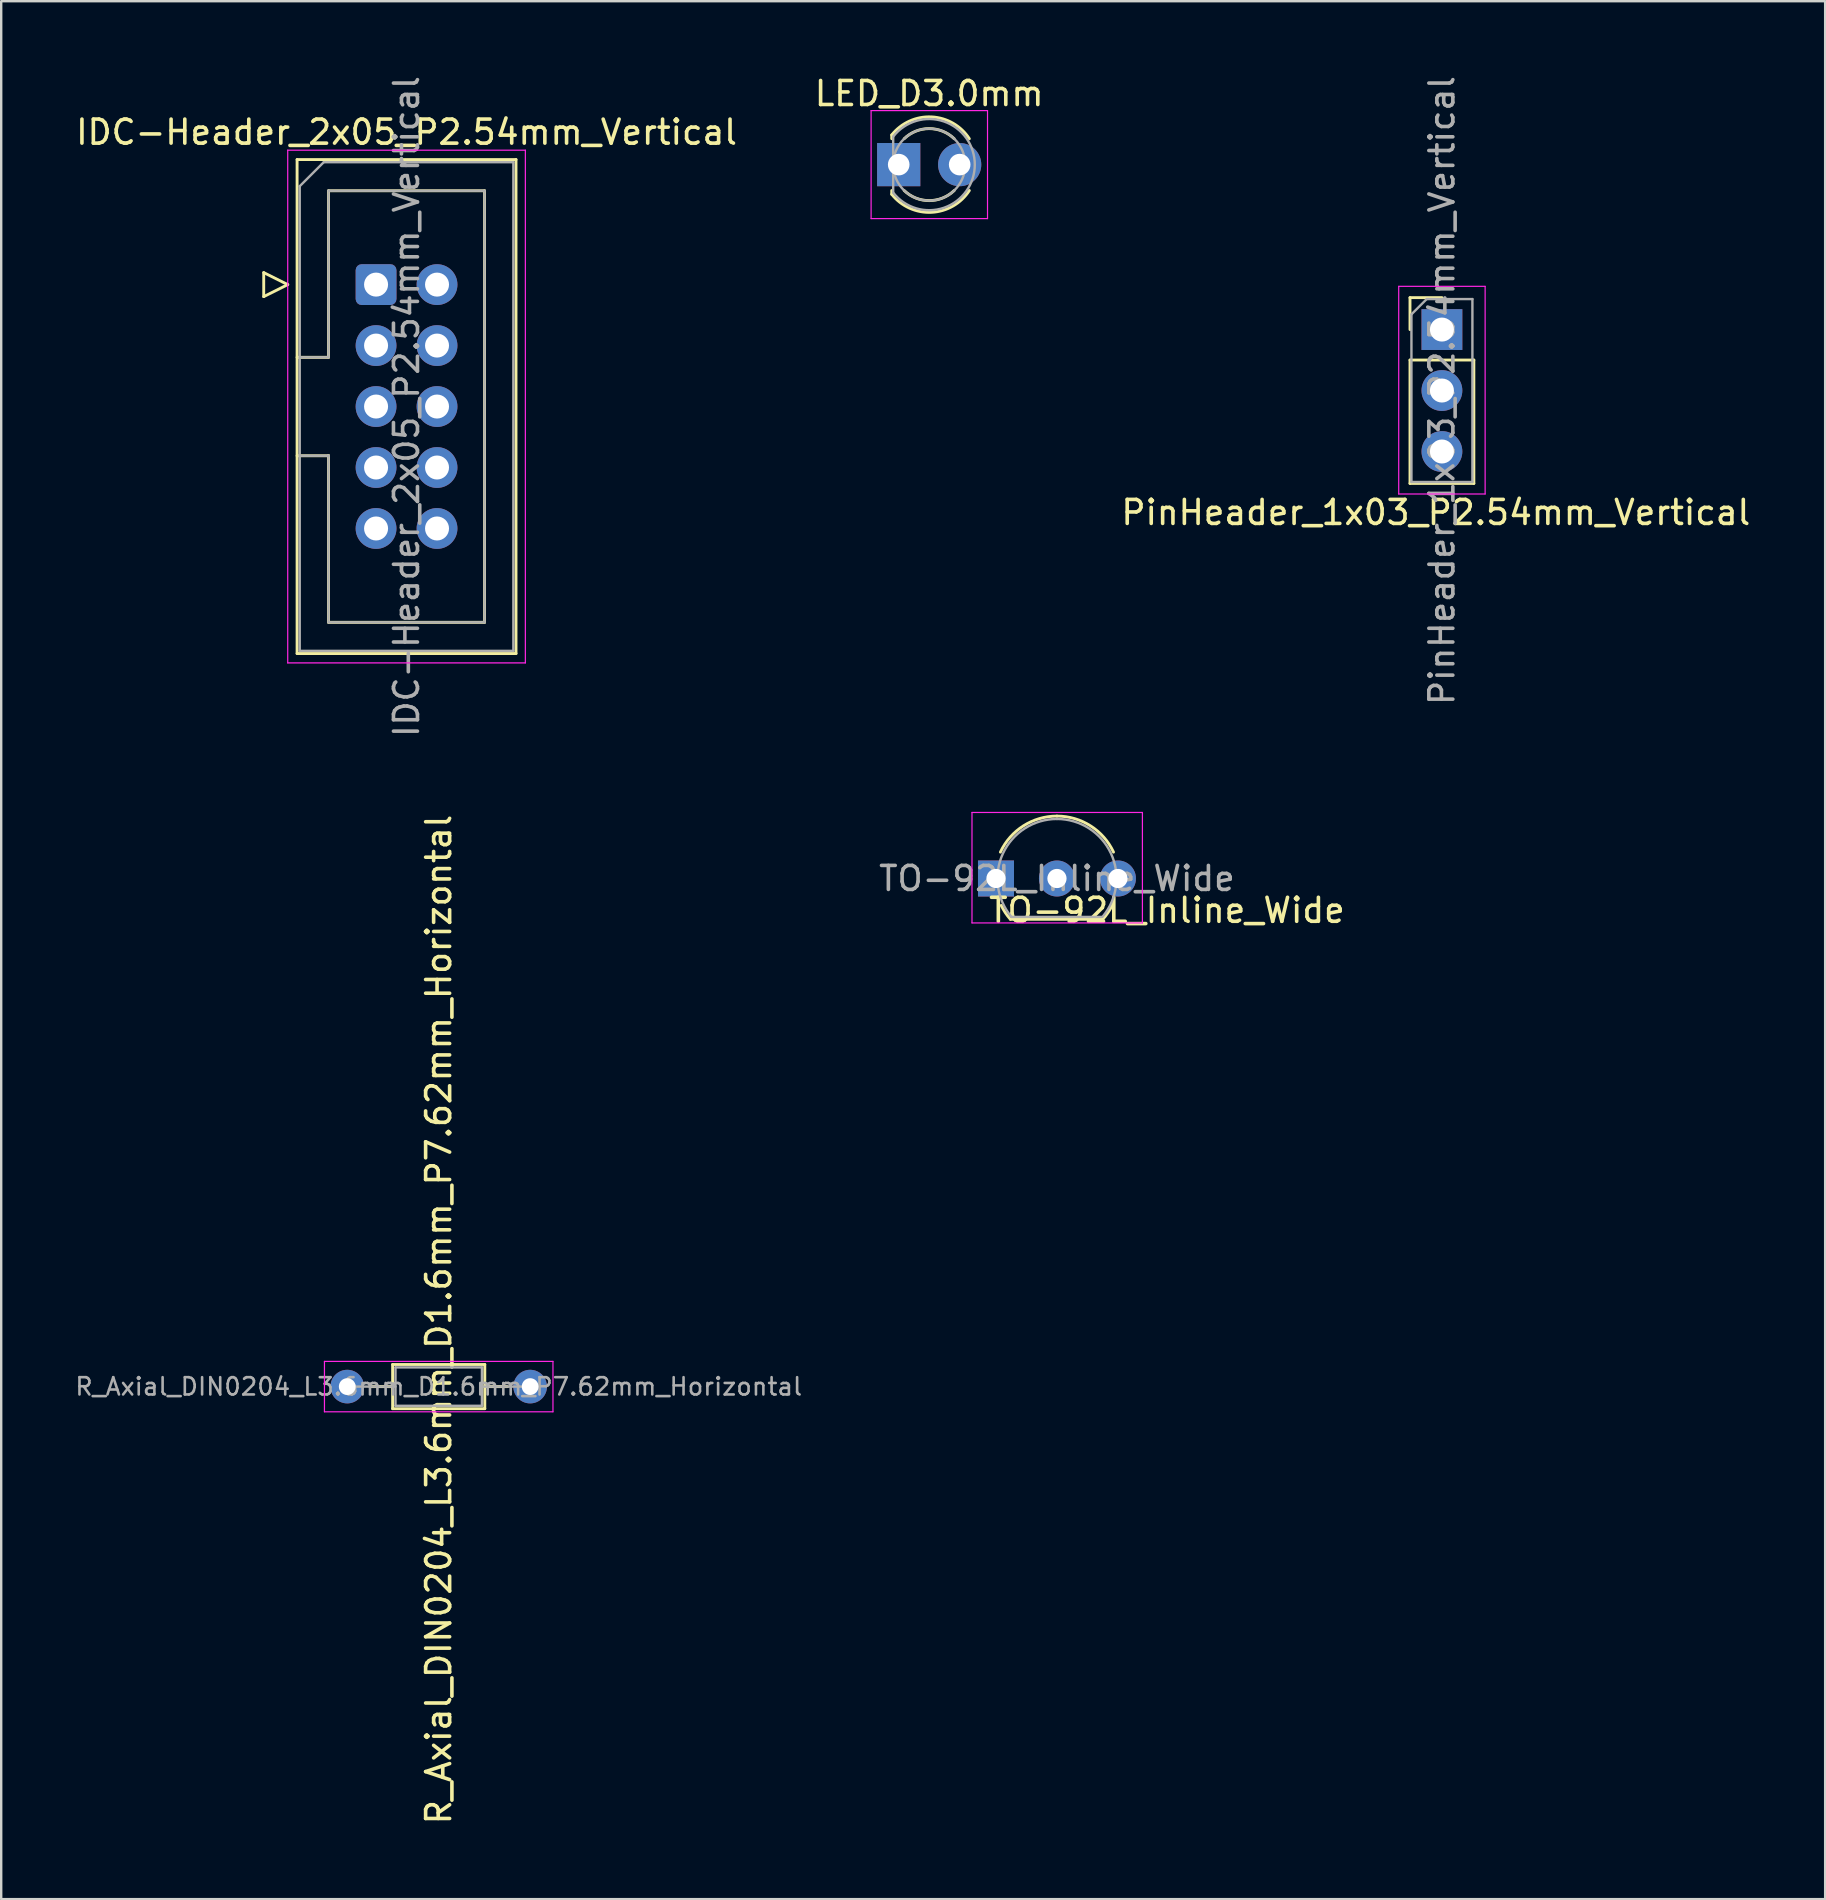
<source format=kicad_pcb>
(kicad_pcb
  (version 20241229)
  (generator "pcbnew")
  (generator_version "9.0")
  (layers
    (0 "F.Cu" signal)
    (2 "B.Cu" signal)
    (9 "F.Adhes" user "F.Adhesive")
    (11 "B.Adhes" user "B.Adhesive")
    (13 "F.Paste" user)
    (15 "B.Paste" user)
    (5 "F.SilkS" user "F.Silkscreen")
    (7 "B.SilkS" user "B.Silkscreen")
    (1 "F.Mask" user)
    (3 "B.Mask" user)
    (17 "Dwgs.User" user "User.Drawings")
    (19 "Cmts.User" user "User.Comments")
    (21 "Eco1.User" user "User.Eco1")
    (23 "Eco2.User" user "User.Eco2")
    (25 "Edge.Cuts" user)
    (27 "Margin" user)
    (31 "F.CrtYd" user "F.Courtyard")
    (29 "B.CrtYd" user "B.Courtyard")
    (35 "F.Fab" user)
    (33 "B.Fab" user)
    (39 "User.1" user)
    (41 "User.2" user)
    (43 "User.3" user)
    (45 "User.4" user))
  (footprint "IDC-Header_2x05_P2.54mm_Vertical"
    (layer "F.Cu")
    (at 12.617 8.807)
    (property "Reference" "IDC-Header_2x05_P2.54mm_Vertical" (at 1.27 -6.35 0) (layer "F.SilkS") (effects (font (size 1 1) (thickness 0.15))))
    (attr through_hole)
    (fp_line (start -4.68 -0.5) (end -4.68 0.5) (stroke (width 0.12) (type solid)) (layer "F.SilkS"))
    (fp_line (start -4.68 0.5) (end -3.68 0) (stroke (width 0.12) (type solid)) (layer "F.SilkS"))
    (fp_line (start -3.68 0) (end -4.68 -0.5) (stroke (width 0.12) (type solid)) (layer "F.SilkS"))
    (fp_line (start -3.29 -5.21) (end 5.83 -5.21) (stroke (width 0.12) (type solid)) (layer "F.SilkS"))
    (fp_line (start -3.29 3.03) (end -1.98 3.03) (stroke (width 0.12) (type solid)) (layer "F.SilkS"))
    (fp_line (start -3.29 15.37) (end -3.29 -5.21) (stroke (width 0.12) (type solid)) (layer "F.SilkS"))
    (fp_line (start -1.98 -3.91) (end 4.52 -3.91) (stroke (width 0.12) (type solid)) (layer "F.SilkS"))
    (fp_line (start -1.98 3.03) (end -1.98 -3.91) (stroke (width 0.12) (type solid)) (layer "F.SilkS"))
    (fp_line (start -1.98 7.13) (end -3.29 7.13) (stroke (width 0.12) (type solid)) (layer "F.SilkS"))
    (fp_line (start -1.98 7.13) (end -1.98 7.13) (stroke (width 0.12) (type solid)) (layer "F.SilkS"))
    (fp_line (start -1.98 14.07) (end -1.98 7.13) (stroke (width 0.12) (type solid)) (layer "F.SilkS"))
    (fp_line (start 4.52 -3.91) (end 4.52 14.07) (stroke (width 0.12) (type solid)) (layer "F.SilkS"))
    (fp_line (start 4.52 14.07) (end -1.98 14.07) (stroke (width 0.12) (type solid)) (layer "F.SilkS"))
    (fp_line (start 5.83 -5.21) (end 5.83 15.37) (stroke (width 0.12) (type solid)) (layer "F.SilkS"))
    (fp_line (start 5.83 15.37) (end -3.29 15.37) (stroke (width 0.12) (type solid)) (layer "F.SilkS"))
    (fp_line (start -3.68 -5.6) (end -3.68 15.76) (stroke (width 0.05) (type solid)) (layer "F.CrtYd"))
    (fp_line (start -3.68 15.76) (end 6.22 15.76) (stroke (width 0.05) (type solid)) (layer "F.CrtYd"))
    (fp_line (start 6.22 -5.6) (end -3.68 -5.6) (stroke (width 0.05) (type solid)) (layer "F.CrtYd"))
    (fp_line (start 6.22 15.76) (end 6.22 -5.6) (stroke (width 0.05) (type solid)) (layer "F.CrtYd"))
    (fp_line (start -3.18 -4.1) (end -2.18 -5.1) (stroke (width 0.1) (type solid)) (layer "F.Fab"))
    (fp_line (start -3.18 3.03) (end -1.98 3.03) (stroke (width 0.1) (type solid)) (layer "F.Fab"))
    (fp_line (start -3.18 15.26) (end -3.18 -4.1) (stroke (width 0.1) (type solid)) (layer "F.Fab"))
    (fp_line (start -2.18 -5.1) (end 5.72 -5.1) (stroke (width 0.1) (type solid)) (layer "F.Fab"))
    (fp_line (start -1.98 -3.91) (end 4.52 -3.91) (stroke (width 0.1) (type solid)) (layer "F.Fab"))
    (fp_line (start -1.98 3.03) (end -1.98 -3.91) (stroke (width 0.1) (type solid)) (layer "F.Fab"))
    (fp_line (start -1.98 7.13) (end -3.18 7.13) (stroke (width 0.1) (type solid)) (layer "F.Fab"))
    (fp_line (start -1.98 7.13) (end -1.98 7.13) (stroke (width 0.1) (type solid)) (layer "F.Fab"))
    (fp_line (start -1.98 14.07) (end -1.98 7.13) (stroke (width 0.1) (type solid)) (layer "F.Fab"))
    (fp_line (start 4.52 -3.91) (end 4.52 14.07) (stroke (width 0.1) (type solid)) (layer "F.Fab"))
    (fp_line (start 4.52 14.07) (end -1.98 14.07) (stroke (width 0.1) (type solid)) (layer "F.Fab"))
    (fp_line (start 5.72 -5.1) (end 5.72 15.26) (stroke (width 0.1) (type solid)) (layer "F.Fab"))
    (fp_line (start 5.72 15.26) (end -3.18 15.26) (stroke (width 0.1) (type solid)) (layer "F.Fab"))
    (fp_text user "${REFERENCE}" (at 1.27 5.08 90) (layer "F.Fab") (effects (font (size 1 1) (thickness 0.15))))
    (pad "1" thru_hole roundrect (at 0 0 180) (size 1.7 1.7) (drill 1) (layers "*.Cu" "*.Mask") (roundrect_rratio 0.147))
    (pad "2" thru_hole circle (at 2.54 0 180) (size 1.7 1.7) (drill 1) (layers "*.Cu" "*.Mask"))
    (pad "3" thru_hole circle (at 0 2.54 180) (size 1.7 1.7) (drill 1) (layers "*.Cu" "*.Mask"))
    (pad "4" thru_hole circle (at 2.54 2.54 180) (size 1.7 1.7) (drill 1) (layers "*.Cu" "*.Mask"))
    (pad "5" thru_hole circle (at 0 5.08 180) (size 1.7 1.7) (drill 1) (layers "*.Cu" "*.Mask"))
    (pad "6" thru_hole circle (at 2.54 5.08 180) (size 1.7 1.7) (drill 1) (layers "*.Cu" "*.Mask"))
    (pad "7" thru_hole circle (at 0 7.62 180) (size 1.7 1.7) (drill 1) (layers "*.Cu" "*.Mask"))
    (pad "8" thru_hole circle (at 2.54 7.62 180) (size 1.7 1.7) (drill 1) (layers "*.Cu" "*.Mask"))
    (pad "9" thru_hole circle (at 0 10.16 180) (size 1.7 1.7) (drill 1) (layers "*.Cu" "*.Mask"))
    (pad "10" thru_hole circle (at 2.54 10.16 180) (size 1.7 1.7) (drill 1) (layers "*.Cu" "*.Mask")))
  (footprint "R_Axial_DIN0204_L3.6mm_D1.6mm_P7.62mm_Horizontal"
    (layer "F.Cu")
    (at 11.417 54.717)
    (property "Reference" "R_Axial_DIN0204_L3.6mm_D1.6mm_P7.62mm_Horizontal" (at 3.81 -2.794 90) (layer "F.SilkS") (effects (font (size 1 1) (thickness 0.15))))
    (attr through_hole)
    (fp_line (start 0.94 0) (end 1.89 0) (stroke (width 0.12) (type solid)) (layer "F.SilkS"))
    (fp_line (start 1.89 -0.92) (end 1.89 0.92) (stroke (width 0.12) (type solid)) (layer "F.SilkS"))
    (fp_line (start 1.89 0.92) (end 5.73 0.92) (stroke (width 0.12) (type solid)) (layer "F.SilkS"))
    (fp_line (start 5.73 -0.92) (end 1.89 -0.92) (stroke (width 0.12) (type solid)) (layer "F.SilkS"))
    (fp_line (start 5.73 0.92) (end 5.73 -0.92) (stroke (width 0.12) (type solid)) (layer "F.SilkS"))
    (fp_line (start 6.68 0) (end 5.73 0) (stroke (width 0.12) (type solid)) (layer "F.SilkS"))
    (fp_line (start -0.95 -1.05) (end -0.95 1.05) (stroke (width 0.05) (type solid)) (layer "F.CrtYd"))
    (fp_line (start -0.95 1.05) (end 8.57 1.05) (stroke (width 0.05) (type solid)) (layer "F.CrtYd"))
    (fp_line (start 8.57 -1.05) (end -0.95 -1.05) (stroke (width 0.05) (type solid)) (layer "F.CrtYd"))
    (fp_line (start 8.57 1.05) (end 8.57 -1.05) (stroke (width 0.05) (type solid)) (layer "F.CrtYd"))
    (fp_line (start 0 0) (end 2.01 0) (stroke (width 0.1) (type solid)) (layer "F.Fab"))
    (fp_line (start 2.01 -0.8) (end 2.01 0.8) (stroke (width 0.1) (type solid)) (layer "F.Fab"))
    (fp_line (start 2.01 0.8) (end 5.61 0.8) (stroke (width 0.1) (type solid)) (layer "F.Fab"))
    (fp_line (start 5.61 -0.8) (end 2.01 -0.8) (stroke (width 0.1) (type solid)) (layer "F.Fab"))
    (fp_line (start 5.61 0.8) (end 5.61 -0.8) (stroke (width 0.1) (type solid)) (layer "F.Fab"))
    (fp_line (start 7.62 0) (end 5.61 0) (stroke (width 0.1) (type solid)) (layer "F.Fab"))
    (fp_text user "${REFERENCE}" (at 3.81 0 0) (layer "F.Fab") (effects (font (size 0.72 0.72) (thickness 0.108))))
    (pad "1" thru_hole circle (at 0 0 180) (size 1.4 1.4) (drill 0.7) (layers "*.Cu" "*.Mask"))
    (pad "2" thru_hole oval (at 7.62 0 180) (size 1.4 1.4) (drill 0.7) (layers "*.Cu" "*.Mask")))
  (footprint "PinHeader_1x03_P2.54mm_Vertical"
    (layer "F.Cu")
    (at 57.022 10.68)
    (property "Reference" "PinHeader_1x03_P2.54mm_Vertical" (at -0.254 7.62 0) (layer "F.SilkS") (effects (font (size 1 1) (thickness 0.15))))
    (attr through_hole)
    (fp_line (start -1.33 -1.33) (end 0 -1.33) (stroke (width 0.12) (type solid)) (layer "F.SilkS"))
    (fp_line (start -1.33 0) (end -1.33 -1.33) (stroke (width 0.12) (type solid)) (layer "F.SilkS"))
    (fp_line (start -1.33 1.27) (end -1.33 6.41) (stroke (width 0.12) (type solid)) (layer "F.SilkS"))
    (fp_line (start -1.33 1.27) (end 1.33 1.27) (stroke (width 0.12) (type solid)) (layer "F.SilkS"))
    (fp_line (start -1.33 6.41) (end 1.33 6.41) (stroke (width 0.12) (type solid)) (layer "F.SilkS"))
    (fp_line (start 1.33 1.27) (end 1.33 6.41) (stroke (width 0.12) (type solid)) (layer "F.SilkS"))
    (fp_line (start -1.8 -1.8) (end -1.8 6.85) (stroke (width 0.05) (type solid)) (layer "F.CrtYd"))
    (fp_line (start -1.8 6.85) (end 1.8 6.85) (stroke (width 0.05) (type solid)) (layer "F.CrtYd"))
    (fp_line (start 1.8 -1.8) (end -1.8 -1.8) (stroke (width 0.05) (type solid)) (layer "F.CrtYd"))
    (fp_line (start 1.8 6.85) (end 1.8 -1.8) (stroke (width 0.05) (type solid)) (layer "F.CrtYd"))
    (fp_line (start -1.27 -0.635) (end -0.635 -1.27) (stroke (width 0.1) (type solid)) (layer "F.Fab"))
    (fp_line (start -1.27 6.35) (end -1.27 -0.635) (stroke (width 0.1) (type solid)) (layer "F.Fab"))
    (fp_line (start -0.635 -1.27) (end 1.27 -1.27) (stroke (width 0.1) (type solid)) (layer "F.Fab"))
    (fp_line (start 1.27 -1.27) (end 1.27 6.35) (stroke (width 0.1) (type solid)) (layer "F.Fab"))
    (fp_line (start 1.27 6.35) (end -1.27 6.35) (stroke (width 0.1) (type solid)) (layer "F.Fab"))
    (fp_text user "${REFERENCE}" (at 0 2.54 90) (layer "F.Fab") (effects (font (size 1 1) (thickness 0.15))))
    (pad "1" thru_hole rect (at 0 0 180) (size 1.7 1.7) (drill 1) (layers "*.Cu" "*.Mask"))
    (pad "2" thru_hole oval (at 0 2.54 180) (size 1.7 1.7) (drill 1) (layers "*.Cu" "*.Mask"))
    (pad "3" thru_hole oval (at 0 5.08 180) (size 1.7 1.7) (drill 1) (layers "*.Cu" "*.Mask")))
  (footprint "LED_D3.0mm"
    (layer "F.Cu")
    (at 34.391 3.808)
    (property "Reference" "LED_D3.0mm" (at 1.27 -2.96 0) (layer "F.SilkS") (effects (font (size 1 1) (thickness 0.15))))
    (attr through_hole)
    (fp_line (start -0.29 -1.236) (end -0.29 -1.08) (stroke (width 0.12) (type solid)) (layer "F.SilkS"))
    (fp_line (start -0.29 1.08) (end -0.29 1.236) (stroke (width 0.12) (type solid)) (layer "F.SilkS"))
    (fp_arc (start -0.29 -1.235516) (mid 1.366487 -1.987659) (end 2.942335 -1.078608) (stroke (width 0.12) (type solid)) (layer "F.SilkS"))
    (fp_arc (start 0.229039 -1.08) (mid 1.270117 -1.5) (end 2.31113 -1.079837) (stroke (width 0.12) (type solid)) (layer "F.SilkS"))
    (fp_arc (start 2.31113 1.079837) (mid 1.270117 1.5) (end 0.229039 1.08) (stroke (width 0.12) (type solid)) (layer "F.SilkS"))
    (fp_arc (start 2.942335 1.078608) (mid 1.366487 1.987659) (end -0.29 1.235516) (stroke (width 0.12) (type solid)) (layer "F.SilkS"))
    (fp_line (start -1.15 -2.25) (end -1.15 2.25) (stroke (width 0.05) (type solid)) (layer "F.CrtYd"))
    (fp_line (start -1.15 2.25) (end 3.7 2.25) (stroke (width 0.05) (type solid)) (layer "F.CrtYd"))
    (fp_line (start 3.7 -2.25) (end -1.15 -2.25) (stroke (width 0.05) (type solid)) (layer "F.CrtYd"))
    (fp_line (start 3.7 2.25) (end 3.7 -2.25) (stroke (width 0.05) (type solid)) (layer "F.CrtYd"))
    (fp_line (start -0.23 -1.166) (end -0.23 1.166) (stroke (width 0.1) (type solid)) (layer "F.Fab"))
    (fp_arc (start -0.23 -1.16619) (mid 3.17 0.000452) (end -0.230555 1.165476) (stroke (width 0.1) (type solid)) (layer "F.Fab"))
    (fp_circle (center 1.27 0) (end 2.77 0) (stroke (width 0.1) (type solid)) (fill no) (layer "F.Fab"))
    (pad "1" thru_hole rect (at 0 0) (size 1.8 1.8) (drill 0.9) (layers "*.Cu" "*.Mask"))
    (pad "2" thru_hole circle (at 2.54 0) (size 1.8 1.8) (drill 0.9) (layers "*.Cu" "*.Mask")))
  (footprint "TO-92L_Inline_Wide"
    (layer "F.Cu")
    (at 38.444 33.549)
    (property "Reference" "TO-92L_Inline_Wide" (at 7.122 1.328 0) (layer "F.SilkS") (effects (font (size 1 1) (thickness 0.15))))
    (attr through_hole)
    (fp_line (start 0.6 1.7) (end 4.45 1.7) (stroke (width 0.12) (type solid)) (layer "F.SilkS"))
    (fp_arc (start 0.1836 -1.098807) (mid 1.143021 -2.192817) (end 2.54 -2.6) (stroke (width 0.12) (type solid)) (layer "F.SilkS"))
    (fp_arc (start 0.6 1.7) (mid 0.389183 1.423933) (end 0.217369 1.122045) (stroke (width 0.12) (type solid)) (layer "F.SilkS"))
    (fp_arc (start 2.54 -2.6) (mid 3.936979 -2.192818) (end 4.8964 -1.098807) (stroke (width 0.12) (type solid)) (layer "F.SilkS"))
    (fp_arc (start 4.842383 1.112264) (mid 4.666594 1.419753) (end 4.45 1.7) (stroke (width 0.12) (type solid)) (layer "F.SilkS"))
    (fp_line (start -1 -2.75) (end -1 1.85) (stroke (width 0.05) (type solid)) (layer "F.CrtYd"))
    (fp_line (start -1 -2.75) (end 6.1 -2.75) (stroke (width 0.05) (type solid)) (layer "F.CrtYd"))
    (fp_line (start 6.1 1.85) (end -1 1.85) (stroke (width 0.05) (type solid)) (layer "F.CrtYd"))
    (fp_line (start 6.1 1.85) (end 6.1 -2.75) (stroke (width 0.05) (type solid)) (layer "F.CrtYd"))
    (fp_line (start 0.65 1.6) (end 4.4 1.6) (stroke (width 0.1) (type solid)) (layer "F.Fab"))
    (fp_arc (start 0.647182 1.602385) (mid 0.290076 -1.043188) (end 2.54 -2.48) (stroke (width 0.1) (type solid)) (layer "F.Fab"))
    (fp_arc (start 2.54 -2.48) (mid 4.787211 -1.049019) (end 4.441103 1.592547) (stroke (width 0.1) (type solid)) (layer "F.Fab"))
    (fp_text user "${REFERENCE}" (at 2.54 0 0) (layer "F.Fab") (effects (font (size 1 1) (thickness 0.15))))
    (pad "1" thru_hole rect (at 0 0 180) (size 1.5 1.5) (drill 0.8) (layers "*.Cu" "*.Mask"))
    (pad "2" thru_hole circle (at 2.54 0 180) (size 1.5 1.5) (drill 0.8) (layers "*.Cu" "*.Mask"))
    (pad "3" thru_hole circle (at 5.08 0 180) (size 1.5 1.5) (drill 0.8) (layers "*.Cu" "*.Mask")))
  (gr_rect
    (start -3 -3)
    (end 72.988 76.071)
    (stroke (width 0.1) (type default))
    (fill no)
    (layer "Edge.Cuts")))
</source>
